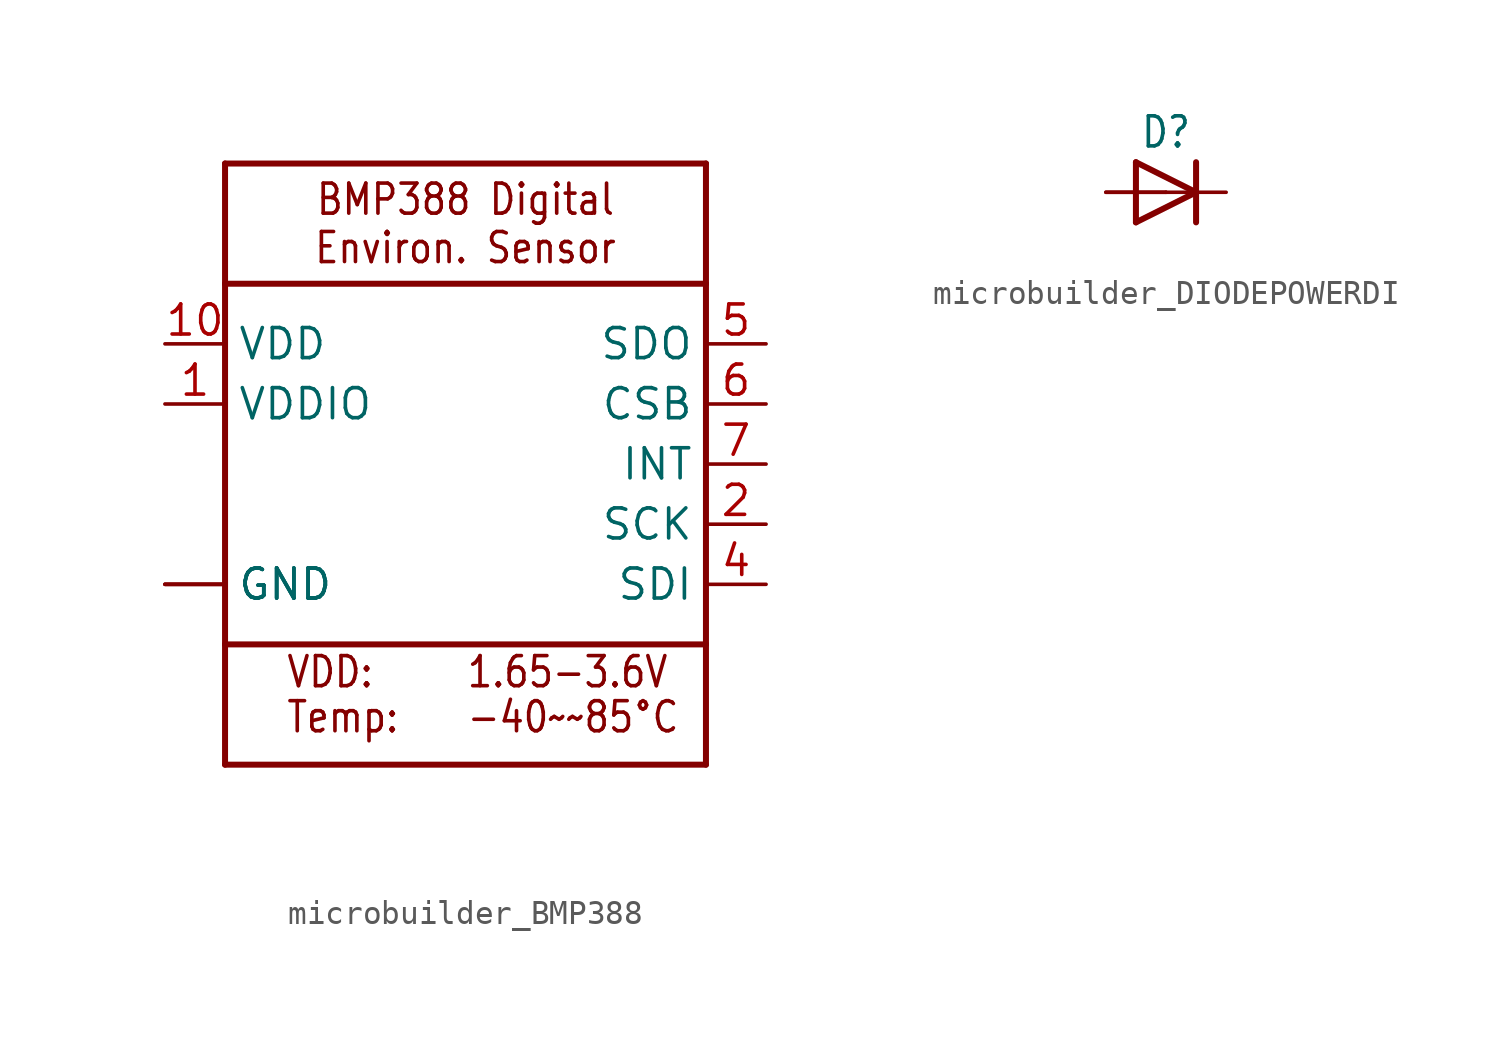
<source format=kicad_sym>
(kicad_symbol_lib
  (version 20220914)
  (generator kicad_symbol_editor)
  (symbol "microbuilder_BMP388"
    (property "Reference" ""
      (at -10.16 13.97 0)
      (effects (font (size 1.27 1.079)) (justify left bottom) hide))
    (property "Value" ""
      (at -10.16 -15.24 0)
      (effects (font (size 1.27 1.079)) (justify left bottom)))
    (property "ki_locked" ""
      (at 0 0 0)
      (effects (font (size 1.27 1.27))))
    (symbol "microbuilder_BMP388_1_0"
      (polyline (pts (xy -10.16 -7.62) (xy -10.16 -12.7)) (stroke (width 0.254) (type solid)) (fill (type none)))
      (polyline (pts (xy -10.16 -7.62) (xy -10.16 7.62)) (stroke (width 0.254) (type solid)) (fill (type none)))
      (polyline (pts (xy -10.16 7.62) (xy 10.16 7.62)) (stroke (width 0.254) (type solid)) (fill (type none)))
      (polyline (pts (xy -10.16 12.7) (xy -10.16 7.62)) (stroke (width 0.254) (type solid)) (fill (type none)))
      (polyline (pts (xy -10.16 12.7) (xy 10.16 12.7)) (stroke (width 0.254) (type solid)) (fill (type none)))
      (polyline (pts (xy 10.16 -12.7) (xy -10.16 -12.7)) (stroke (width 0.254) (type solid)) (fill (type none)))
      (polyline (pts (xy 10.16 -7.62) (xy -10.16 -7.62)) (stroke (width 0.254) (type solid)) (fill (type none)))
      (polyline (pts (xy 10.16 -7.62) (xy 10.16 -12.7)) (stroke (width 0.254) (type solid)) (fill (type none)))
      (polyline (pts (xy 10.16 7.62) (xy 10.16 -7.62)) (stroke (width 0.254) (type solid)) (fill (type none)))
      (polyline (pts (xy 10.16 12.7) (xy 10.16 7.62)) (stroke (width 0.254) (type solid)) (fill (type none)))
      (text "-40~~85°C" (at 0 -11.43 0) (effects (font (size 1.27 1.079)) (justify left bottom)))
      (text "1.65-3.6V" (at 0 -9.525 0) (effects (font (size 1.27 1.079)) (justify left bottom)))
      (text "BMP388 Digital\nEnviron. Sensor" (at 0 10.16 0) (effects (font (size 1.27 1.079))))
      (text "Temp:" (at -7.62 -11.43 0) (effects (font (size 1.27 1.079)) (justify left bottom)))
      (text "VDD:" (at -7.62 -9.525 0) (effects (font (size 1.27 1.079)) (justify left bottom)))
      (pin power_in line (at -12.7 2.54 0) (length 2.54) (name "VDDIO" (effects (font (size 1.27 1.27)))) (number "1" (effects (font (size 1.27 1.27)))))
      (pin power_in line (at -12.7 5.08 0) (length 2.54) (name "VDD" (effects (font (size 1.27 1.27)))) (number "10" (effects (font (size 1.27 1.27)))))
      (pin input line (at 12.7 -2.54 180) (length 2.54) (name "SCK" (effects (font (size 1.27 1.27)))) (number "2" (effects (font (size 1.27 1.27)))))
      (pin power_in line (at -12.7 -5.08 0) (length 2.54) (name "GND" (effects (font (size 1.27 1.27)))) (number "3" (effects (font (size 0 0)))))
      (pin input line (at 12.7 -5.08 180) (length 2.54) (name "SDI" (effects (font (size 1.27 1.27)))) (number "4" (effects (font (size 1.27 1.27)))))
      (pin output line (at 12.7 5.08 180) (length 2.54) (name "SDO" (effects (font (size 1.27 1.27)))) (number "5" (effects (font (size 1.27 1.27)))))
      (pin input line (at 12.7 2.54 180) (length 2.54) (name "CSB" (effects (font (size 1.27 1.27)))) (number "6" (effects (font (size 1.27 1.27)))))
      (pin output line (at 12.7 0 180) (length 2.54) (name "INT" (effects (font (size 1.27 1.27)))) (number "7" (effects (font (size 1.27 1.27)))))
      (pin power_in line (at -12.7 -5.08 0) (length 2.54) (name "GND" (effects (font (size 1.27 1.27)))) (number "8" (effects (font (size 0 0)))))
      (pin power_in line (at -12.7 -5.08 0) (length 2.54) (name "GND" (effects (font (size 1.27 1.27)))) (number "9" (effects (font (size 0 0)))))))
  (symbol "microbuilder_DIODEPOWERDI"
    (property "Reference" "D"
      (at 0 2.54 0)
      (effects (font (size 1.27 1.079))))
    (property "Value" ""
      (at 0 -2.5 0)
      (effects (font (size 1.27 1.079))))
    (property "ki_locked" ""
      (at 0 0 0)
      (effects (font (size 1.27 1.27))))
    (symbol "microbuilder_DIODEPOWERDI_1_0"
      (polyline (pts (xy -1.27 -1.27) (xy 1.27 0)) (stroke (width 0.254) (type solid)) (fill (type none)))
      (polyline (pts (xy -1.27 1.27) (xy -1.27 -1.27)) (stroke (width 0.254) (type solid)) (fill (type none)))
      (polyline (pts (xy 1.27 0) (xy -1.27 1.27)) (stroke (width 0.254) (type solid)) (fill (type none)))
      (polyline (pts (xy 1.27 0) (xy 1.27 -1.27)) (stroke (width 0.254) (type solid)) (fill (type none)))
      (polyline (pts (xy 1.27 1.27) (xy 1.27 0)) (stroke (width 0.254) (type solid)) (fill (type none)))
      (pin passive line (at -2.54 0 0) (length 2.54) (name "A" (effects (font (size 0 0)))) (number "A1" (effects (font (size 0 0)))))
      (pin passive line (at -2.54 0 0) (length 2.54) (name "A" (effects (font (size 0 0)))) (number "A2" (effects (font (size 0 0)))))
      (pin passive line (at 2.54 0 180) (length 2.54) (name "C" (effects (font (size 0 0)))) (number "C" (effects (font (size 0 0))))))))
</source>
